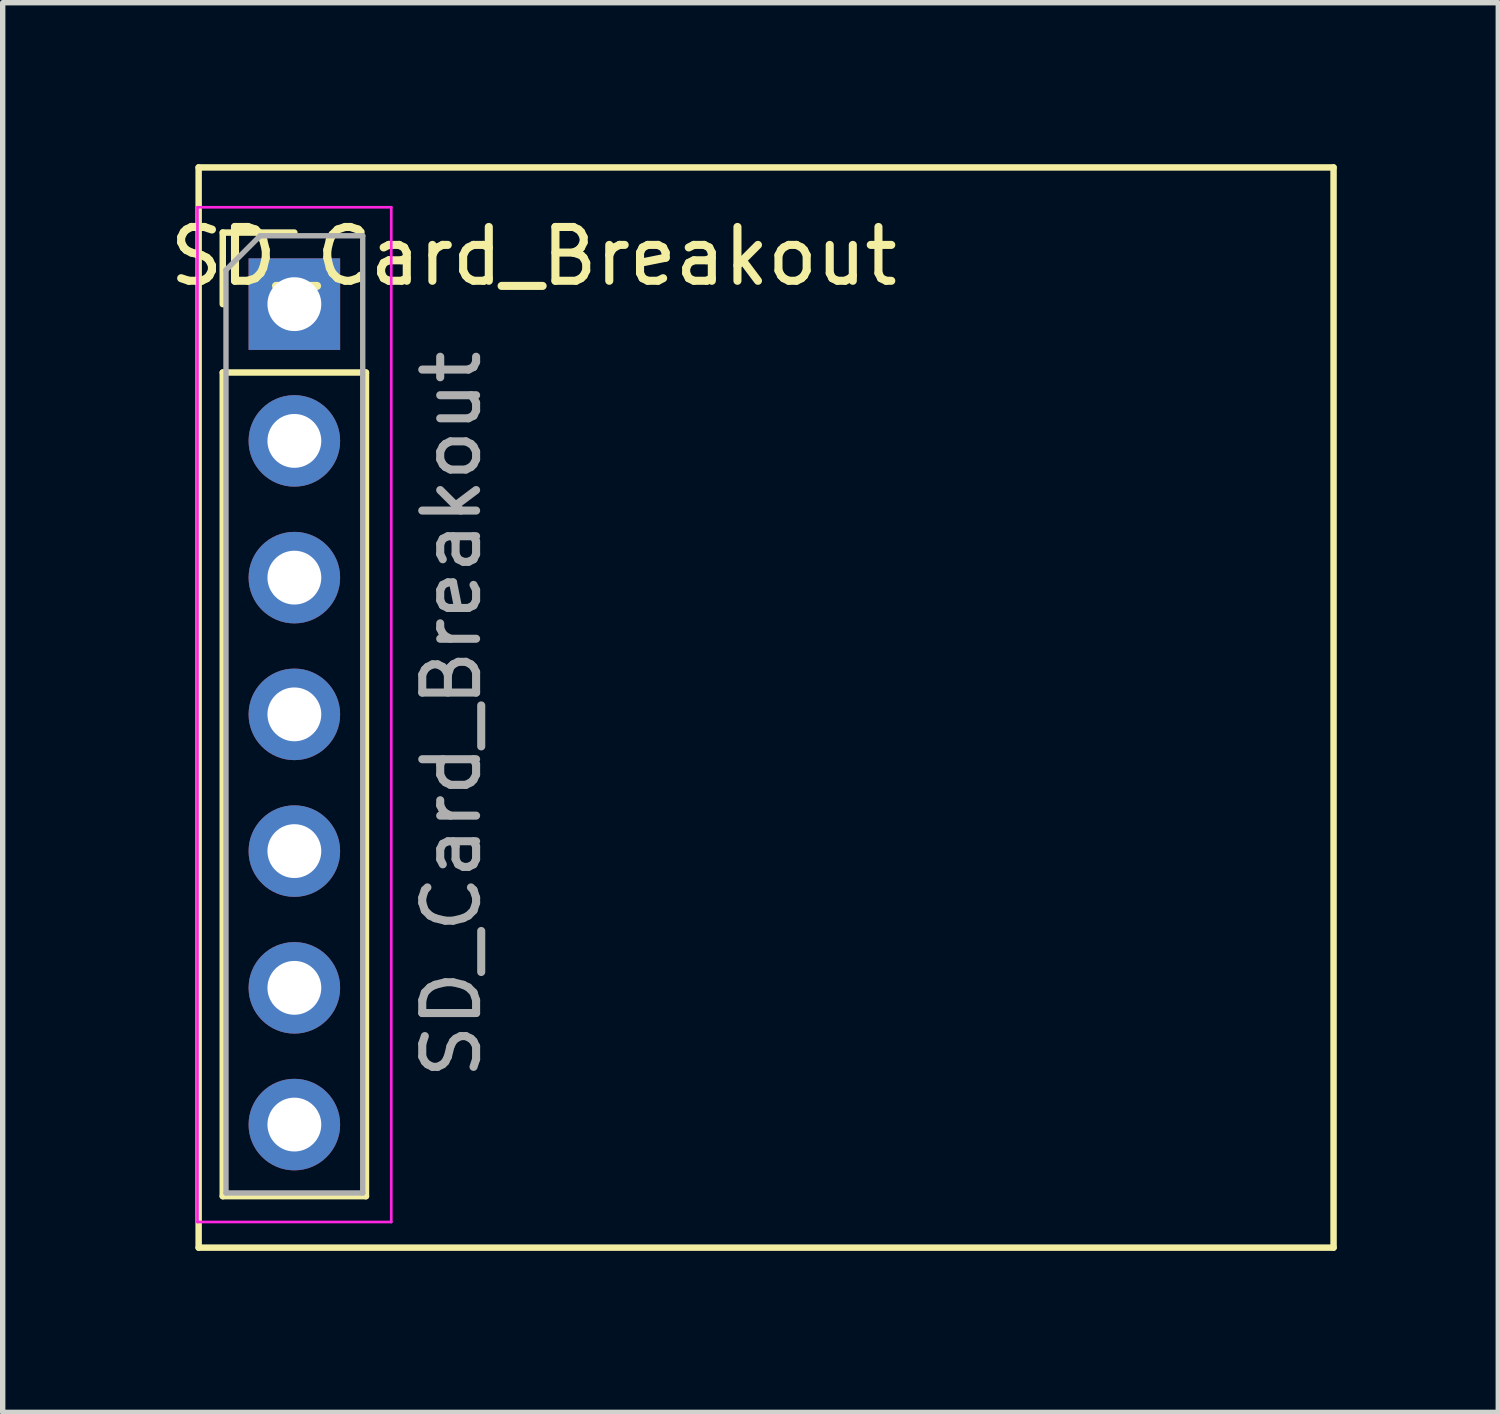
<source format=kicad_pcb>
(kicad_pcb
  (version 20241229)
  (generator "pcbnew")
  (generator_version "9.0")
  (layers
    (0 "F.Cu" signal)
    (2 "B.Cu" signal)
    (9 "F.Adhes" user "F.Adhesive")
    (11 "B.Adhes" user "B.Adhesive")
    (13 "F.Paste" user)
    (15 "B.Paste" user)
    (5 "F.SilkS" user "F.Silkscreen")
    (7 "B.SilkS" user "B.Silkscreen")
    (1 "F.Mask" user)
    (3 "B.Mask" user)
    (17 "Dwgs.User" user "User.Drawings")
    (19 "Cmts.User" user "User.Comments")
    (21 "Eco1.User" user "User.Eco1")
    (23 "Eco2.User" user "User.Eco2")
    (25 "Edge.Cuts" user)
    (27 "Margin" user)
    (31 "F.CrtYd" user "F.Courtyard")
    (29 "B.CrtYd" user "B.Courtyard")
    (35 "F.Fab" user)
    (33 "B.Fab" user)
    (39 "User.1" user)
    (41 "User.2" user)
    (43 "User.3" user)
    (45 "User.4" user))
  (footprint "SD_Card_Breakout"
    (layer "F.Cu")
    (at 2.418 2.6)
    (property "Reference" "SD_Card_Breakout" (at 4.445 -0.889 0) (layer "F.SilkS") (effects (font (size 1 1) (thickness 0.15))))
    (attr through_hole)
    (fp_line (start -1.778 -2.54) (end -1.778 17.526) (stroke (width 0.12) (type solid)) (layer "F.SilkS"))
    (fp_line (start -1.778 17.526) (end 19.304 17.526) (stroke (width 0.12) (type solid)) (layer "F.SilkS"))
    (fp_line (start -1.33 -1.33) (end 0 -1.33) (stroke (width 0.12) (type solid)) (layer "F.SilkS"))
    (fp_line (start -1.33 0) (end -1.33 -1.33) (stroke (width 0.12) (type solid)) (layer "F.SilkS"))
    (fp_line (start -1.33 1.27) (end -1.33 16.57) (stroke (width 0.12) (type solid)) (layer "F.SilkS"))
    (fp_line (start -1.33 1.27) (end 1.33 1.27) (stroke (width 0.12) (type solid)) (layer "F.SilkS"))
    (fp_line (start -1.33 16.57) (end 1.33 16.57) (stroke (width 0.12) (type solid)) (layer "F.SilkS"))
    (fp_line (start 1.33 1.27) (end 1.33 16.57) (stroke (width 0.12) (type solid)) (layer "F.SilkS"))
    (fp_line (start 19.304 -2.54) (end -1.778 -2.54) (stroke (width 0.12) (type solid)) (layer "F.SilkS"))
    (fp_line (start 19.304 17.526) (end 19.304 -2.54) (stroke (width 0.12) (type solid)) (layer "F.SilkS"))
    (fp_line (start -1.8 -1.8) (end -1.8 17.05) (stroke (width 0.05) (type solid)) (layer "F.CrtYd"))
    (fp_line (start -1.8 17.05) (end 1.8 17.05) (stroke (width 0.05) (type solid)) (layer "F.CrtYd"))
    (fp_line (start 1.8 -1.8) (end -1.8 -1.8) (stroke (width 0.05) (type solid)) (layer "F.CrtYd"))
    (fp_line (start 1.8 17.05) (end 1.8 -1.8) (stroke (width 0.05) (type solid)) (layer "F.CrtYd"))
    (fp_line (start -1.27 -0.635) (end -0.635 -1.27) (stroke (width 0.1) (type solid)) (layer "F.Fab"))
    (fp_line (start -1.27 16.51) (end -1.27 -0.635) (stroke (width 0.1) (type solid)) (layer "F.Fab"))
    (fp_line (start -0.635 -1.27) (end 1.27 -1.27) (stroke (width 0.1) (type solid)) (layer "F.Fab"))
    (fp_line (start 1.27 -1.27) (end 1.27 16.51) (stroke (width 0.1) (type solid)) (layer "F.Fab"))
    (fp_line (start 1.27 16.51) (end -1.27 16.51) (stroke (width 0.1) (type solid)) (layer "F.Fab"))
    (fp_text user "${REFERENCE}" (at 2.921 7.62 90) (layer "F.Fab") (effects (font (size 1 1) (thickness 0.15))))
    (pad "1" thru_hole rect (at 0 0) (size 1.7 1.7) (drill 1) (layers "*.Cu" "*.Mask"))
    (pad "2" thru_hole oval (at 0 2.54) (size 1.7 1.7) (drill 1) (layers "*.Cu" "*.Mask"))
    (pad "3" thru_hole oval (at 0 5.08) (size 1.7 1.7) (drill 1) (layers "*.Cu" "*.Mask"))
    (pad "4" thru_hole oval (at 0 7.62) (size 1.7 1.7) (drill 1) (layers "*.Cu" "*.Mask"))
    (pad "5" thru_hole oval (at 0 10.16) (size 1.7 1.7) (drill 1) (layers "*.Cu" "*.Mask"))
    (pad "6" thru_hole oval (at 0 12.7) (size 1.7 1.7) (drill 1) (layers "*.Cu" "*.Mask"))
    (pad "7" thru_hole oval (at 0 15.24) (size 1.7 1.7) (drill 1) (layers "*.Cu" "*.Mask")))
  (gr_rect
    (start -3 -3)
    (end 24.782 23.186)
    (stroke (width 0.1) (type default))
    (fill no)
    (layer "Edge.Cuts")))
</source>
